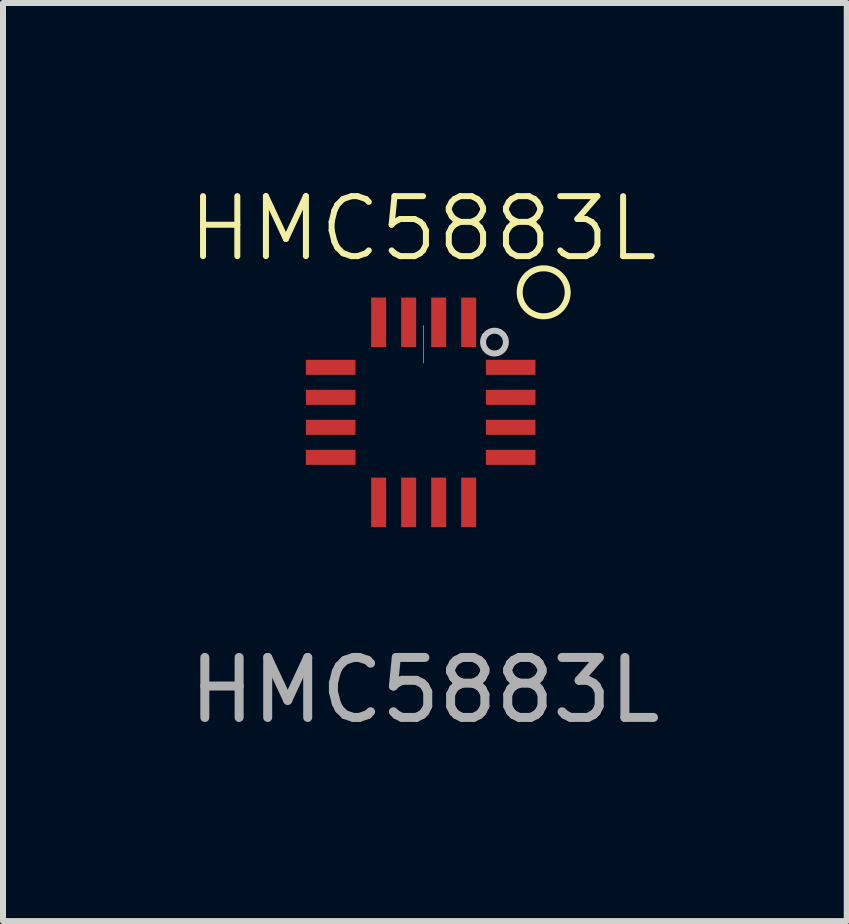
<source format=kicad_pcb>
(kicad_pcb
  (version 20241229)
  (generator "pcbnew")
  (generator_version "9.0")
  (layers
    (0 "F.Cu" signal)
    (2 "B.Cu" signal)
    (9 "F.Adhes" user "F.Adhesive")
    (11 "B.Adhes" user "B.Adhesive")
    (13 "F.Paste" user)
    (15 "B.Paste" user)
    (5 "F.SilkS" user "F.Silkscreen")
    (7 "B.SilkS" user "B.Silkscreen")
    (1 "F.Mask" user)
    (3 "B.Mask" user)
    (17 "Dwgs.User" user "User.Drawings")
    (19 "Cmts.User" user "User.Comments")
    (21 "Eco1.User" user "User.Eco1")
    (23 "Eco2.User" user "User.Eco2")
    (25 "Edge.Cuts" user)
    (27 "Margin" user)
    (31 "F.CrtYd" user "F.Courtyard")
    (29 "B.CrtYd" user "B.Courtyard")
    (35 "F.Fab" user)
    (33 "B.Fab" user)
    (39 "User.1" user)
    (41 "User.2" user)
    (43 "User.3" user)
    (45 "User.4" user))
  (footprint "HMC5883L"
    (layer "F.Cu")
    (at 4.01 3.821)
    (property "Reference" "HMC5883L" (at -0.01 -3.06 0) (unlocked yes) (layer "F.SilkS") (effects (font (size 1 1) (thickness 0.1))))
    (attr smd)
    (fp_circle (center 2 -2) (end 2.4 -2) (stroke (width 0.1) (type default)) (fill no) (layer "F.SilkS"))
    (fp_rect (start -1.5 -1.5) (end 1.5 1.5) (stroke (width 0.1) (type default)) (fill no) (layer "F.Paste"))
    (fp_line (start 0 -0.82) (end 0 -1.445) (stroke (width 0.01) (type default)) (layer "Dwgs.User"))
    (fp_circle (center 1.18 -1.17) (end 1.37 -1.16) (stroke (width 0.1) (type default)) (fill no) (layer "Dwgs.User"))
    (fp_text user "${REFERENCE}" (at 0.02 4.63 0) (unlocked yes) (layer "F.Fab") (effects (font (size 1 1) (thickness 0.15))))
    (pad "1" connect rect (at 1.45 -0.75) (size 0.825 0.25) (layers "F.Cu" "F.Mask"))
    (pad "2" connect rect (at 1.45 -0.25) (size 0.825 0.25) (layers "F.Cu" "F.Mask"))
    (pad "3" connect rect (at 1.45 0.25) (size 0.825 0.25) (layers "F.Cu" "F.Mask"))
    (pad "4" connect rect (at 1.45 0.75) (size 0.825 0.25) (layers "F.Cu" "F.Mask"))
    (pad "5" connect rect (at 0.75 1.5) (size 0.25 0.825) (layers "F.Cu" "F.Mask"))
    (pad "6" connect rect (at 0.25 1.5) (size 0.25 0.825) (layers "F.Cu" "F.Mask"))
    (pad "7" connect rect (at -0.25 1.5) (size 0.25 0.825) (layers "F.Cu" "F.Mask"))
    (pad "8" connect rect (at -0.75 1.5) (size 0.25 0.825) (layers "F.Cu" "F.Mask"))
    (pad "9" connect rect (at -1.55 0.75) (size 0.825 0.25) (layers "F.Cu" "F.Mask"))
    (pad "10" connect rect (at -1.55 0.25) (size 0.825 0.25) (layers "F.Cu" "F.Mask"))
    (pad "11" connect rect (at -1.55 -0.25) (size 0.825 0.25) (layers "F.Cu" "F.Mask"))
    (pad "12" connect rect (at -1.55 -0.75) (size 0.825 0.25) (layers "F.Cu" "F.Mask"))
    (pad "13" connect rect (at -0.75 -1.5) (size 0.25 0.825) (layers "F.Cu" "F.Mask"))
    (pad "14" connect rect (at -0.25 -1.5) (size 0.25 0.825) (layers "F.Cu" "F.Mask"))
    (pad "15" connect rect (at 0.25 -1.5) (size 0.25 0.825) (layers "F.Cu" "F.Mask"))
    (pad "16" connect rect (at 0.75 -1.5) (size 0.25 0.825) (layers "F.Cu" "F.Mask")))
  (gr_rect
    (start -3 -3)
    (end 11.06 12.299)
    (stroke (width 0.1) (type default))
    (fill no)
    (layer "Edge.Cuts")))
</source>
